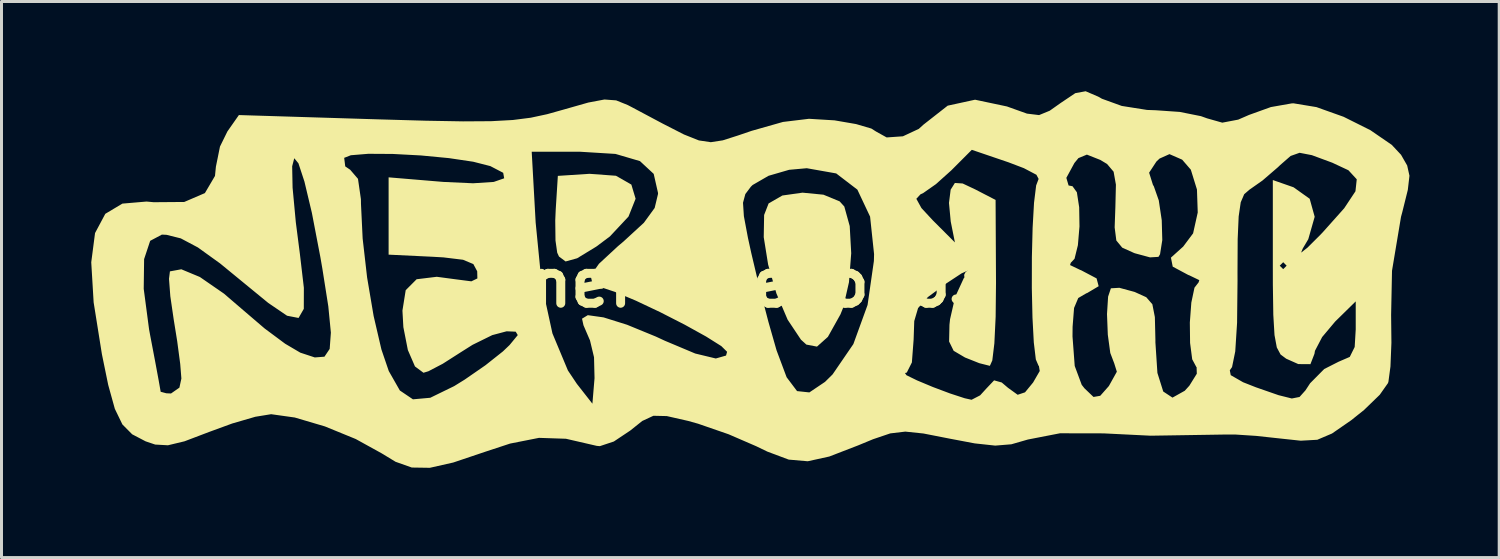
<source format=kicad_pcb>
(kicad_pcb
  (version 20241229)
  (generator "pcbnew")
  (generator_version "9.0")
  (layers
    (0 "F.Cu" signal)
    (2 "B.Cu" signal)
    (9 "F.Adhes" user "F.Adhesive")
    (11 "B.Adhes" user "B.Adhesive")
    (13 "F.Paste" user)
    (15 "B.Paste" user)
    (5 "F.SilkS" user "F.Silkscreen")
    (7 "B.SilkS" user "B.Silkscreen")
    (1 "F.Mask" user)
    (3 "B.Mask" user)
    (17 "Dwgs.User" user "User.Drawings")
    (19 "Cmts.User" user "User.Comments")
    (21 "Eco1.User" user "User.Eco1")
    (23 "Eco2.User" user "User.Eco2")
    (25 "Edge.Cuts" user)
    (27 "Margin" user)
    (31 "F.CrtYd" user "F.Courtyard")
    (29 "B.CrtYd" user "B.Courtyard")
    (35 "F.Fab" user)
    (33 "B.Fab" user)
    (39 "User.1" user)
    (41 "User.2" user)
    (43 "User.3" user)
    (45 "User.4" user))
  (footprint "nerdAxeLogo3"
    (layer "F.Cu")
    (at 22.409 6.408)
    (property "Reference" "nerdAxeLogo3" (at 0 0 0) (layer "F.SilkS") (effects (font (size 1.5 1.5) (thickness 0.3))))
    (attr board_only exclude_from_pos_files exclude_from_bom)
    (fp_poly (pts (xy -4.87 -3.583) (xy -4.355 -3.288) (xy -4.213 -2.815) (xy -4.45 -2.22) (xy -5.07 -1.557) (xy -5.524 -1.217) (xy -6.167 -0.825) (xy -6.553 -0.718) (xy -6.774 -0.883) (xy -6.833 -1.011) (xy -6.891 -1.419) (xy -6.899 -2.09) (xy -6.883 -2.454) (xy -6.812 -3.579) (xy -5.753 -3.648)) (stroke (width 0) (type solid)) (fill yes) (layer "F.SilkS"))
    (fp_poly (pts (xy 2.066 -2.95) (xy 2.607 -2.727) (xy 2.763 -2.555) (xy 2.944 -1.901) (xy 2.994 -0.994) (xy 2.919 -0.023) (xy 2.726 0.824) (xy 2.634 1.051) (xy 2.215 1.801) (xy 1.85 2.128) (xy 1.494 2.06) (xy 1.314 1.896) (xy 0.869 1.229) (xy 0.493 0.349) (xy 0.217 -0.613) (xy 0.07 -1.53) (xy 0.083 -2.273) (xy 0.233 -2.658) (xy 0.693 -2.923) (xy 1.366 -3.018)) (stroke (width 0) (type solid)) (fill yes) (layer "F.SilkS"))
    (fp_poly (pts (xy 11.248 -6.229) (xy 11.375 -6.157) (xy 12.037 -5.917) (xy 12.884 -5.783) (xy 13.17 -5.773) (xy 13.976 -5.717) (xy 14.685 -5.575) (xy 14.889 -5.502) (xy 15.398 -5.358) (xy 15.929 -5.459) (xy 16.293 -5.617) (xy 17.021 -5.879) (xy 17.719 -6.002) (xy 17.781 -6.004) (xy 18.545 -5.878) (xy 19.453 -5.554) (xy 20.346 -5.108) (xy 21.061 -4.617) (xy 21.372 -4.285) (xy 21.578 -3.926) (xy 21.654 -3.583) (xy 21.599 -3.11) (xy 21.413 -2.362) (xy 21.372 -2.211) (xy 21.071 -0.409) (xy 21.041 1.071) (xy 21.051 2) (xy 21.019 2.793) (xy 20.951 3.302) (xy 20.936 3.348) (xy 20.661 3.738) (xy 20.136 4.246) (xy 19.706 4.59) (xy 19.065 5.033) (xy 18.573 5.242) (xy 18.018 5.273) (xy 17.347 5.201) (xy 16.526 5.112) (xy 15.823 5.066) (xy 15.529 5.066) (xy 13.002 5.106) (xy 11.43 5.028) (xy 9.972 5.025) (xy 8.899 5.234) (xy 8.347 5.393) (xy 7.808 5.437) (xy 7.123 5.363) (xy 6.289 5.205) (xy 5.407 5.032) (xy 4.802 4.969) (xy 4.299 5.029) (xy 3.723 5.224) (xy 3.227 5.429) (xy 2.261 5.802) (xy 1.541 5.96) (xy 0.905 5.905) (xy 0.192 5.638) (xy -0.181 5.458) (xy -1.105 5.058) (xy -2.125 4.705) (xy -2.461 4.611) (xy -3.17 4.45) (xy -3.618 4.44) (xy -3.99 4.613) (xy -4.392 4.934) (xy -4.941 5.3) (xy -5.408 5.455) (xy -5.51 5.446) (xy -6.542 5.208) (xy -7.443 5.178) (xy -8.408 5.369) (xy -9.223 5.637) (xy -10.307 6.002) (xy -11.091 6.179) (xy -11.694 6.17) (xy -12.236 5.978) (xy -12.704 5.694) (xy -13.568 5.217) (xy -14.597 4.796) (xy -15.605 4.498) (xy -16.396 4.387) (xy -16.924 4.473) (xy -17.697 4.698) (xy -18.465 4.979) (xy -19.291 5.293) (xy -19.845 5.426) (xy -20.272 5.402) (xy -20.592 5.294) (xy -21.041 5.059) (xy -21.368 4.729) (xy -21.62 4.209) (xy -21.842 3.408) (xy -22.053 2.379) (xy -22.329 0.648) (xy -22.356 0.196) (xy -20.655 0.196) (xy -20.476 1.552) (xy -20.439 1.752) (xy -20.276 2.607) (xy -20.154 3.264) (xy -20.093 3.61) (xy -20.089 3.637) (xy -19.9 3.688) (xy -19.743 3.695) (xy -19.462 3.499) (xy -19.396 3.194) (xy -19.435 2.707) (xy -19.536 1.946) (xy -19.653 1.219) (xy -19.766 0.443) (xy -19.81 -0.138) (xy -19.779 -0.387) (xy -19.398 -0.457) (xy -18.778 -0.199) (xy -17.974 0.356) (xy -17.333 0.906) (xy -16.614 1.521) (xy -15.927 2.032) (xy -15.421 2.33) (xy -15.415 2.332) (xy -14.936 2.49) (xy -14.614 2.465) (xy -14.439 2.205) (xy -14.399 1.661) (xy -14.485 0.781) (xy -14.685 -0.487) (xy -14.75 -0.862) (xy -15.034 -2.343) (xy -15.283 -3.389) (xy -15.483 -3.998) (xy -15.623 -4.169) (xy -15.693 -3.899) (xy -15.679 -3.187) (xy -15.571 -2.03) (xy -15.435 -0.972) (xy -15.302 0.161) (xy -15.304 0.866) (xy -15.479 1.17) (xy -15.863 1.096) (xy -16.491 0.669) (xy -17.112 0.16) (xy -18.103 -0.653) (xy -18.845 -1.187) (xy -19.416 -1.49) (xy -19.895 -1.609) (xy -20.048 -1.616) (xy -20.439 -1.408) (xy -20.642 -0.797) (xy -20.655 0.196) (xy -22.356 0.196) (xy -22.409 -0.691) (xy -22.282 -1.668) (xy -21.939 -2.311) (xy -21.368 -2.652) (xy -20.561 -2.721) (xy -20.322 -2.699) (xy -19.3 -2.707) (xy -18.61 -3.004) (xy -18.273 -3.577) (xy -18.242 -3.887) (xy -18.182 -4.182) (xy -13.954 -4.182) (xy -13.919 -3.896) (xy -13.754 -3.784) (xy -13.493 -3.48) (xy -13.395 -2.8) (xy -13.393 -2.647) (xy -13.337 -1.485) (xy -13.188 -0.183) (xy -12.97 1.104) (xy -12.71 2.222) (xy -12.464 2.944) (xy -12.093 3.595) (xy -11.656 3.89) (xy -11.077 3.838) (xy -10.277 3.448) (xy -9.925 3.23) (xy -9.232 2.751) (xy -8.648 2.288) (xy -8.426 2.076) (xy -8.152 1.743) (xy -8.221 1.629) (xy -8.524 1.616) (xy -9.005 1.744) (xy -9.663 2.068) (xy -10.045 2.309) (xy -10.659 2.701) (xy -11.139 2.952) (xy -11.304 3.002) (xy -11.588 2.791) (xy -11.826 2.242) (xy -11.976 1.477) (xy -12.007 0.924) (xy -11.898 0.242) (xy -11.533 -0.124) (xy -10.859 -0.206) (xy -10.236 -0.123) (xy -9.703 -0.054) (xy -9.502 -0.151) (xy -9.508 -0.39) (xy -9.637 -0.631) (xy -9.981 -0.775) (xy -10.64 -0.855) (xy -11.028 -0.877) (xy -12.469 -0.946) (xy -12.469 -2.238) (xy -12.469 -3.53) (xy -10.638 -3.377) (xy -9.646 -3.332) (xy -8.955 -3.377) (xy -8.606 -3.498) (xy -8.639 -3.682) (xy -9.069 -3.906) (xy -9.641 -4.052) (xy -10.455 -4.173) (xy -11.39 -4.262) (xy -12.328 -4.312) (xy -13.148 -4.317) (xy -13.732 -4.269) (xy -13.954 -4.182) (xy -18.182 -4.182) (xy -18.141 -4.387) (xy -7.686 -4.387) (xy -7.554 -2.02) (xy -7.351 0.043) (xy -6.993 1.686) (xy -6.476 2.925) (xy -6.177 3.372) (xy -5.657 4.036) (xy -5.586 3.182) (xy -5.603 2.483) (xy -5.739 1.915) (xy -5.759 1.872) (xy -5.956 1.413) (xy -6.004 1.194) (xy -5.811 1.077) (xy -5.285 1.151) (xy -4.5 1.397) (xy -3.535 1.793) (xy -3.233 1.933) (xy -2.22 2.359) (xy -1.532 2.525) (xy -1.19 2.427) (xy -1.155 2.301) (xy -1.348 2.111) (xy -1.857 1.791) (xy -2.574 1.394) (xy -3.392 0.976) (xy -4.205 0.592) (xy -4.905 0.298) (xy -5.289 0.17) (xy -5.658 0.007) (xy -5.716 -0.246) (xy -5.438 -0.641) (xy -4.803 -1.229) (xy -4.618 -1.385) (xy -3.936 -2.012) (xy -3.576 -2.507) (xy -3.534 -2.681) (xy -0.623 -2.681) (xy -0.594 -2.232) (xy -0.458 -1.509) (xy -0.345 -0.993) (xy -0.08 0.124) (xy 0.226 1.299) (xy 0.498 2.251) (xy 0.835 3.152) (xy 1.184 3.615) (xy 1.595 3.659) (xy 2.118 3.307) (xy 2.372 3.056) (xy 2.403 3.011) (xy 4.791 3.011) (xy 4.84 3.084) (xy 5.194 3.257) (xy 5.723 3.478) (xy 6.298 3.694) (xy 6.788 3.854) (xy 7.017 3.905) (xy 7.303 3.757) (xy 7.516 3.524) (xy 7.77 3.256) (xy 8.025 3.327) (xy 8.234 3.504) (xy 8.558 3.738) (xy 8.804 3.656) (xy 9.074 3.327) (xy 9.296 2.943) (xy 9.267 2.772) (xy 9.257 2.771) (xy 9.165 2.557) (xy 9.097 1.985) (xy 9.053 1.156) (xy 9.031 0.172) (xy 9.033 -0.864) (xy 9.058 -1.849) (xy 9.105 -2.682) (xy 9.176 -3.26) (xy 9.258 -3.477) (xy 9.239 -3.513) (xy 10.185 -3.513) (xy 10.26 -3.258) (xy 10.391 -3.233) (xy 10.537 -3.031) (xy 10.614 -2.53) (xy 10.624 -1.888) (xy 10.571 -1.262) (xy 10.459 -0.808) (xy 10.333 -0.674) (xy 10.309 -0.598) (xy 10.643 -0.438) (xy 10.68 -0.424) (xy 11.196 -0.152) (xy 11.265 0.109) (xy 10.881 0.337) (xy 10.853 0.346) (xy 10.583 0.504) (xy 10.443 0.837) (xy 10.394 1.466) (xy 10.391 1.787) (xy 10.465 2.775) (xy 10.699 3.405) (xy 10.79 3.521) (xy 11.093 3.811) (xy 11.318 3.772) (xy 11.607 3.445) (xy 11.873 2.967) (xy 11.786 2.688) (xy 11.654 2.341) (xy 11.571 1.73) (xy 11.544 1.04) (xy 11.581 0.457) (xy 11.674 0.179) (xy 11.957 0.162) (xy 12.462 0.299) (xy 12.482 0.307) (xy 12.856 0.477) (xy 13.06 0.712) (xy 13.144 1.141) (xy 13.162 1.892) (xy 13.162 1.985) (xy 13.229 3.008) (xy 13.424 3.629) (xy 13.733 3.833) (xy 14.144 3.603) (xy 14.298 3.433) (xy 14.546 3.034) (xy 14.542 2.919) (xy 15.649 2.919) (xy 15.68 3.082) (xy 16.093 3.319) (xy 16.522 3.488) (xy 17.278 3.751) (xy 17.722 3.862) (xy 17.98 3.811) (xy 18.178 3.59) (xy 18.334 3.352) (xy 18.805 2.877) (xy 19.284 2.634) (xy 19.659 2.472) (xy 19.823 2.141) (xy 19.858 1.553) (xy 19.858 0.616) (xy 19.172 1.289) (xy 18.736 1.808) (xy 18.495 2.269) (xy 18.479 2.367) (xy 18.344 2.715) (xy 17.938 2.712) (xy 17.534 2.532) (xy 17.346 2.392) (xy 17.22 2.156) (xy 17.143 1.741) (xy 17.103 1.067) (xy 17.088 0.051) (xy 17.087 -0.573) (xy 17.087 -0.577) (xy 17.318 -0.577) (xy 17.434 -0.462) (xy 17.549 -0.577) (xy 17.434 -0.693) (xy 17.318 -0.577) (xy 17.087 -0.577) (xy 17.087 -3.44) (xy 17.78 -3.198) (xy 18.319 -2.814) (xy 18.486 -2.212) (xy 18.272 -1.462) (xy 18.086 -1.148) (xy 18.032 -1.013) (xy 18.245 -1.18) (xy 18.679 -1.613) (xy 18.758 -1.696) (xy 19.473 -2.497) (xy 19.849 -3.064) (xy 19.892 -3.465) (xy 19.614 -3.767) (xy 19.073 -4.02) (xy 18.391 -4.272) (xy 17.981 -4.351) (xy 17.682 -4.245) (xy 17.333 -3.941) (xy 17.257 -3.868) (xy 16.74 -3.423) (xy 16.304 -3.117) (xy 16.13 -2.966) (xy 16.014 -2.695) (xy 15.945 -2.222) (xy 15.912 -1.465) (xy 15.906 -0.345) (xy 15.907 -0.066) (xy 15.892 1.334) (xy 15.831 2.289) (xy 15.724 2.812) (xy 15.649 2.919) (xy 14.542 2.919) (xy 14.539 2.813) (xy 14.53 2.809) (xy 14.392 2.552) (xy 14.321 2.005) (xy 14.313 1.322) (xy 14.363 0.655) (xy 14.468 0.158) (xy 14.605 -0.018) (xy 14.629 -0.094) (xy 14.295 -0.255) (xy 14.259 -0.268) (xy 13.741 -0.545) (xy 13.681 -0.846) (xy 14.072 -1.199) (xy 14.085 -1.208) (xy 14.422 -1.658) (xy 14.577 -2.355) (xy 14.551 -3.123) (xy 14.346 -3.786) (xy 14.056 -4.121) (xy 13.632 -4.306) (xy 13.3 -4.157) (xy 13.195 -4.057) (xy 12.952 -3.686) (xy 13.08 -3.278) (xy 13.109 -3.232) (xy 13.275 -2.759) (xy 13.374 -2.096) (xy 13.392 -1.433) (xy 13.317 -0.96) (xy 13.264 -0.872) (xy 12.982 -0.855) (xy 12.475 -0.992) (xy 12.446 -1.003) (xy 12.053 -1.18) (xy 11.856 -1.419) (xy 11.8 -1.857) (xy 11.824 -2.537) (xy 11.842 -3.286) (xy 11.765 -3.718) (xy 11.547 -3.976) (xy 11.321 -4.112) (xy 10.872 -4.29) (xy 10.589 -4.173) (xy 10.455 -4.01) (xy 10.185 -3.513) (xy 9.239 -3.513) (xy 9.185 -3.616) (xy 8.767 -3.836) (xy 8.253 -4.032) (xy 7.025 -4.45) (xy 6.339 -3.763) (xy 5.826 -3.303) (xy 5.395 -3.001) (xy 5.31 -2.963) (xy 5.171 -2.813) (xy 5.341 -2.504) (xy 5.713 -2.102) (xy 6.46 -1.355) (xy 6.32 -2.056) (xy 6.262 -2.675) (xy 6.318 -3.118) (xy 6.459 -3.342) (xy 6.719 -3.325) (xy 7.139 -3.127) (xy 7.82 -2.775) (xy 7.834 -0.002) (xy 7.822 1.13) (xy 7.779 2.019) (xy 7.71 2.59) (xy 7.629 2.771) (xy 7.276 2.682) (xy 6.798 2.492) (xy 6.418 2.268) (xy 6.266 1.958) (xy 6.278 1.397) (xy 6.298 1.212) (xy 6.469 0.466) (xy 6.754 -0.154) (xy 6.842 -0.272) (xy 6.928 -0.429) (xy 6.681 -0.319) (xy 6.177 0.013) (xy 5.556 0.473) (xy 5.229 0.84) (xy 5.101 1.275) (xy 5.08 1.892) (xy 5.022 2.657) (xy 4.851 2.996) (xy 4.791 3.011) (xy 2.403 3.011) (xy 3.066 2.043) (xy 3.541 0.735) (xy 3.752 -0.733) (xy 3.758 -0.963) (xy 3.625 -2.217) (xy 3.2 -3.119) (xy 2.492 -3.661) (xy 1.509 -3.835) (xy 0.919 -3.782) (xy 0.231 -3.582) (xy -0.302 -3.274) (xy -0.361 -3.216) (xy -0.545 -2.971) (xy -0.623 -2.681) (xy -3.534 -2.681) (xy -3.464 -2.975) (xy -3.464 -3.01) (xy -3.608 -3.646) (xy -4.068 -4.073) (xy -4.886 -4.313) (xy -6.088 -4.387) (xy -7.686 -4.387) (xy -18.141 -4.387) (xy -18.106 -4.559) (xy -17.858 -5.064) (xy -17.474 -5.612) (xy -12.836 -5.469) (xy -11.221 -5.423) (xy -9.984 -5.401) (xy -9.043 -5.407) (xy -8.315 -5.447) (xy -7.719 -5.523) (xy -7.17 -5.641) (xy -6.631 -5.792) (xy -5.795 -6.03) (xy -5.254 -6.132) (xy -4.863 -6.103) (xy -4.478 -5.948) (xy -4.321 -5.866) (xy -3.303 -5.324) (xy -2.597 -4.963) (xy -2.097 -4.764) (xy -1.699 -4.705) (xy -1.298 -4.767) (xy -0.791 -4.929) (xy -0.336 -5.084) (xy 0.713 -5.382) (xy 1.582 -5.487) (xy 2.438 -5.435) (xy 3.156 -5.311) (xy 3.667 -5.161) (xy 3.82 -5.064) (xy 4.179 -4.864) (xy 4.722 -4.902) (xy 5.253 -5.15) (xy 5.407 -5.29) (xy 6.219 -5.926) (xy 7.134 -6.125) (xy 8.202 -5.899) (xy 8.223 -5.891) (xy 8.869 -5.66) (xy 9.274 -5.611) (xy 9.629 -5.757) (xy 9.993 -6.014) (xy 10.484 -6.344) (xy 10.83 -6.408)) (stroke (width 0) (type solid)) (fill yes) (layer "F.SilkS")))
  (gr_rect
    (start -3 -3)
    (end 47.063 15.587)
    (stroke (width 0.1) (type default))
    (fill no)
    (layer "Edge.Cuts")))
</source>
